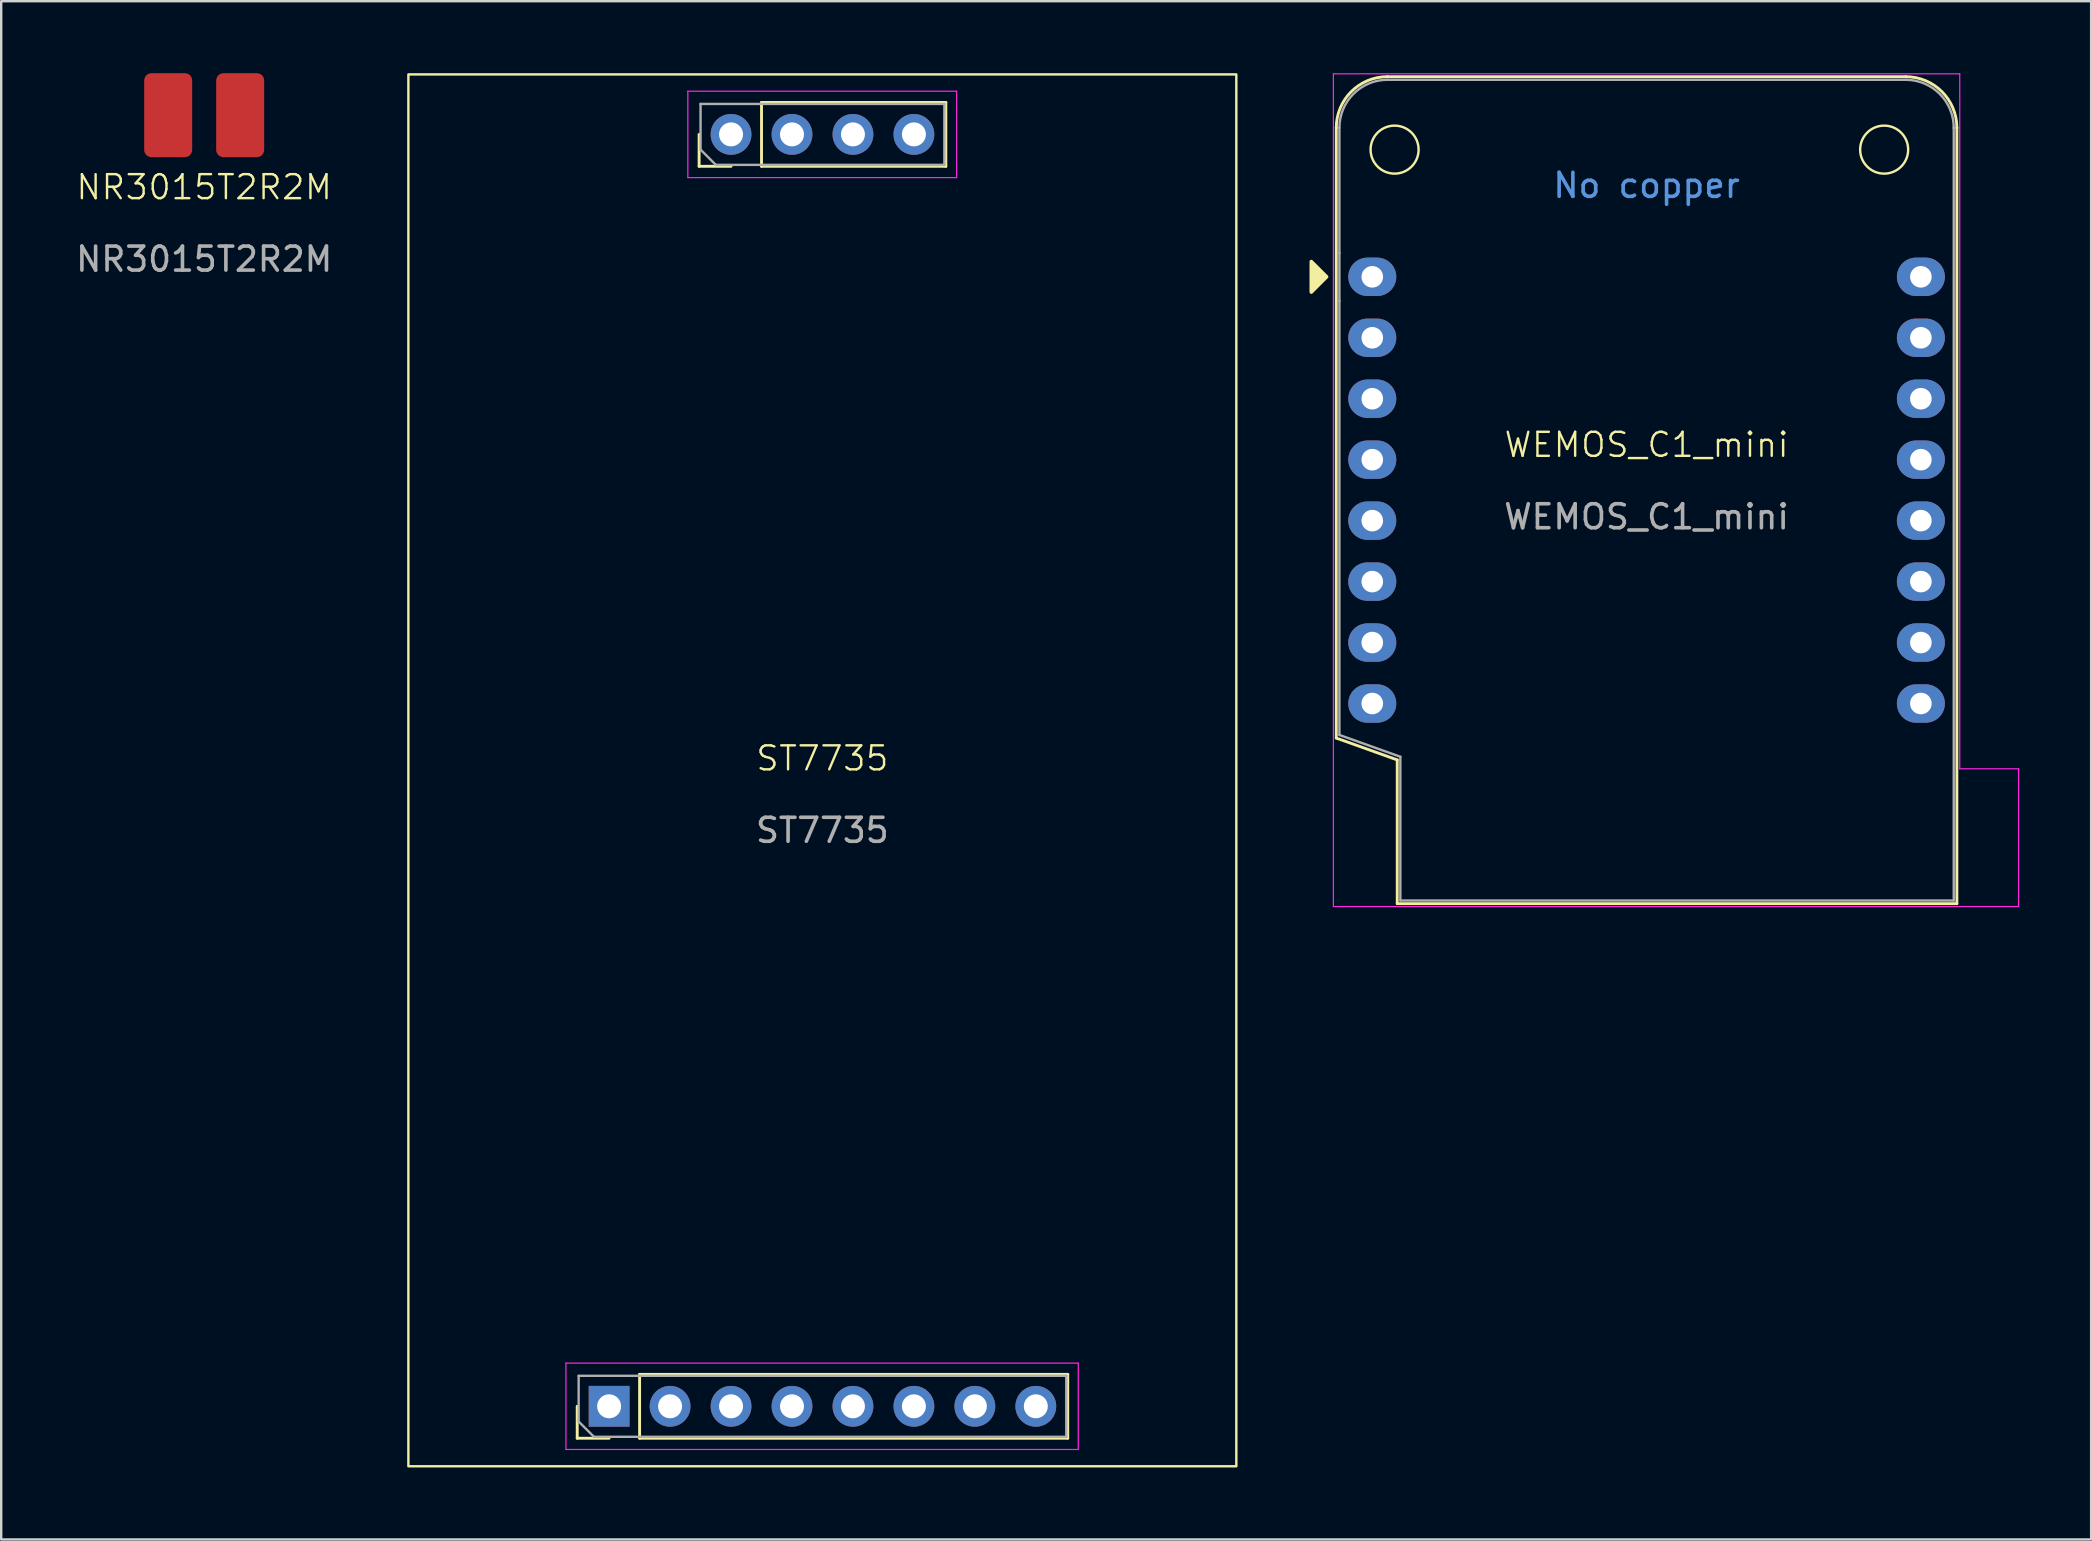
<source format=kicad_pcb>
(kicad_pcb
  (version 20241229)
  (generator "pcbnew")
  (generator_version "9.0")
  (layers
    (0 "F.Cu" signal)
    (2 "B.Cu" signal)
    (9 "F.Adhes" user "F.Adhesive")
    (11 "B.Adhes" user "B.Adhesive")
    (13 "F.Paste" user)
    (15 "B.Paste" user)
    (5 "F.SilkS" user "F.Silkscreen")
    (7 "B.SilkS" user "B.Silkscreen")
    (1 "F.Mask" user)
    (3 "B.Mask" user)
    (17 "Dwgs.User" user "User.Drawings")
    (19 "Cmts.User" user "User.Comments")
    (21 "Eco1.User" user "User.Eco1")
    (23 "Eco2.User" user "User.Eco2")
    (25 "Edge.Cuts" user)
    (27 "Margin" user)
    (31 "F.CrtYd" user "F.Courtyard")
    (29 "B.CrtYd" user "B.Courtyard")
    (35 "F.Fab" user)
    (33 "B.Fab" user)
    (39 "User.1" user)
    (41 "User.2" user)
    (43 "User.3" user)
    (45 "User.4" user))
  (footprint "NR3015T2R2M"
    (layer "F.Cu")
    (at 5.458 1.25)
    (property "Reference" "NR3015T2R2M" (at 0 3.5 0) (unlocked yes) (layer "F.SilkS") (effects (font (size 1 1) (thickness 0.1))))
    (attr smd)
    (fp_text user "${REFERENCE}" (at 0 6.5 0) (unlocked yes) (layer "F.Fab") (effects (font (size 1 1) (thickness 0.15))))
    (pad "1" smd roundrect (at -1.5 0.5) (size 2 3.5) (layers "F.Cu" "F.Mask" "F.Paste") (roundrect_rratio 0.15))
    (pad "2" smd roundrect (at 1.5 0.5) (size 2 3.5) (layers "F.Cu" "F.Mask" "F.Paste") (roundrect_rratio 0.15)))
  (footprint "WEMOS_C1_mini"
    (layer "F.Cu")
    (at 65.562 15.985)
    (property "Reference" "WEMOS_C1_mini" (at 0 -0.5 0) (unlocked yes) (layer "F.SilkS") (effects (font (size 1 1) (thickness 0.1))))
    (attr smd)
    (fp_line (start -12.93 11.72) (end -12.93 -13.71) (stroke (width 0.12) (type solid)) (layer "F.SilkS"))
    (fp_line (start -12.93 11.72) (end -10.39 12.63) (stroke (width 0.12) (type solid)) (layer "F.SilkS"))
    (fp_line (start -10.39 12.63) (end -10.39 18.62) (stroke (width 0.12) (type solid)) (layer "F.SilkS"))
    (fp_line (start -10.39 18.62) (end 12.93 18.62) (stroke (width 0.12) (type solid)) (layer "F.SilkS"))
    (fp_line (start 10.81 -15.84) (end -10.8 -15.84) (stroke (width 0.12) (type solid)) (layer "F.SilkS"))
    (fp_line (start 12.93 18.62) (end 12.93 -13.71) (stroke (width 0.12) (type solid)) (layer "F.SilkS"))
    (fp_arc (start -12.93 -13.71) (mid -12.306137 -15.216137) (end -10.8 -15.84) (stroke (width 0.12) (type solid)) (layer "F.SilkS"))
    (fp_arc (start 10.8 -15.84) (mid 12.306137 -15.216137) (end 12.93 -13.71) (stroke (width 0.12) (type solid)) (layer "F.SilkS"))
    (fp_circle (center -10.5 -12.8) (end -9.5 -12.8) (stroke (width 0.1) (type default)) (fill no) (layer "F.SilkS"))
    (fp_circle (center 9.9 -12.8) (end 10.9 -12.8) (stroke (width 0.1) (type default)) (fill no) (layer "F.SilkS"))
    (fp_poly (pts (xy -13.97 -8.135) (xy -13.97 -6.865) (xy -13.335 -7.5)) (stroke (width 0.15) (type solid)) (fill yes) (layer "F.SilkS"))
    (fp_line (start -13.05 -15.96) (end 13.05 -15.96) (stroke (width 0.05) (type solid)) (layer "F.CrtYd"))
    (fp_line (start -13.05 18.74) (end -13.05 -15.96) (stroke (width 0.05) (type solid)) (layer "F.CrtYd"))
    (fp_line (start 13.05 -15.96) (end 13.05 13) (stroke (width 0.05) (type solid)) (layer "F.CrtYd"))
    (fp_line (start 13.05 13) (end 15.5 13) (stroke (width 0.05) (type default)) (layer "F.CrtYd"))
    (fp_line (start 15.5 18.74) (end -13.05 18.74) (stroke (width 0.05) (type solid)) (layer "F.CrtYd"))
    (fp_line (start 15.5 18.74) (end 15.5 13) (stroke (width 0.05) (type default)) (layer "F.CrtYd"))
    (fp_line (start -12.8 -13.71) (end -12.8 -8.5) (stroke (width 0.1) (type solid)) (layer "F.Fab"))
    (fp_line (start -12.8 -6.5) (end -12.8 -8.5) (stroke (width 0.1) (type solid)) (layer "F.Fab"))
    (fp_line (start -12.8 -6.5) (end -12.8 11.59) (stroke (width 0.1) (type solid)) (layer "F.Fab"))
    (fp_line (start -12.8 11.59) (end -10.26 12.5) (stroke (width 0.1) (type solid)) (layer "F.Fab"))
    (fp_line (start -10.26 12.5) (end -10.26 18.49) (stroke (width 0.1) (type solid)) (layer "F.Fab"))
    (fp_line (start -10.26 18.49) (end 12.8 18.49) (stroke (width 0.1) (type solid)) (layer "F.Fab"))
    (fp_line (start 10.8 -15.71) (end -10.8 -15.71) (stroke (width 0.1) (type solid)) (layer "F.Fab"))
    (fp_line (start 12.8 18.49) (end 12.8 -13.71) (stroke (width 0.1) (type solid)) (layer "F.Fab"))
    (fp_arc (start -12.8 -13.71) (mid -12.214214 -15.124214) (end -10.8 -15.71) (stroke (width 0.1) (type solid)) (layer "F.Fab"))
    (fp_arc (start 10.82 -15.71) (mid 12.228356 -15.110071) (end 12.8 -13.69) (stroke (width 0.1) (type solid)) (layer "F.Fab"))
    (fp_text user "No copper" (at 0 -11.31 0) (layer "Cmts.User") (effects (font (size 1 1) (thickness 0.15))))
    (fp_text user "${REFERENCE}" (at 0 2.5 0) (layer "F.Fab") (effects (font (size 1 1) (thickness 0.15))))
    (pad "0" thru_hole oval (at -11.43 2.66) (size 2 1.6) (drill 0.9) (layers "*.Cu" "*.Mask"))
    (pad "1" thru_hole oval (at -11.43 0.12) (size 2 1.6) (drill 0.9) (layers "*.Cu" "*.Mask"))
    (pad "2" thru_hole oval (at -11.43 -2.42) (size 2 1.6) (drill 0.9) (layers "*.Cu" "*.Mask"))
    (pad "3" thru_hole oval (at -11.43 -4.96) (size 2 1.6) (drill 0.9) (layers "*.Cu" "*.Mask"))
    (pad "4" thru_hole oval (at -11.43 5.2) (size 2 1.6) (drill 0.9) (layers "*.Cu" "*.Mask"))
    (pad "5" thru_hole oval (at -11.43 7.74) (size 2 1.6) (drill 0.9) (layers "*.Cu" "*.Mask"))
    (pad "6" thru_hole oval (at 11.43 5.2) (size 2 1.6) (drill 0.9) (layers "*.Cu" "*.Mask"))
    (pad "7" thru_hole oval (at 11.43 2.66) (size 2 1.6) (drill 0.9) (layers "*.Cu" "*.Mask"))
    (pad "8" thru_hole oval (at 11.43 0.12) (size 2 1.6) (drill 0.9) (layers "*.Cu" "*.Mask"))
    (pad "10" thru_hole oval (at 11.43 -2.42) (size 2 1.6) (drill 0.9) (layers "*.Cu" "*.Mask"))
    (pad "11" thru_hole oval (at -11.43 -7.5) (size 2 1.6) (drill 0.9) (layers "*.Cu" "*.Mask"))
    (pad "12" thru_hole oval (at -11.43 10.28) (size 2 1.6) (drill 0.9) (layers "*.Cu" "*.Mask"))
    (pad "13" thru_hole oval (at 11.43 7.74) (size 2 1.6) (drill 0.9) (layers "*.Cu" "*.Mask"))
    (pad "14" thru_hole oval (at 11.43 10.28) (size 2 1.6) (drill 0.9) (layers "*.Cu" "*.Mask"))
    (pad "20" thru_hole oval (at 11.43 -4.96) (size 2 1.6) (drill 0.9) (layers "*.Cu" "*.Mask"))
    (pad "21" thru_hole oval (at 11.43 -7.5) (size 2 1.6) (drill 0.9) (layers "*.Cu" "*.Mask"))
    (zone (net_name "") (layers "F.Cu" "B.Cu" "Dwgs.User") (name "No Copper") (hatch edge 0.5) (connect_pads) (min_thickness 0.25) (filled_areas_thickness no) (keepout (tracks not_allowed) (vias not_allowed) (pads not_allowed) (copperpour not_allowed) (footprints not_allowed)) (placement (enabled no)) (fill) (polygon (pts (xy 56.562 0.285) (xy 74.062 0.485) (xy 74.062 7.085) (xy 56.562 7.085)))))
  (footprint "ST7735"
    (layer "F.Cu")
    (at 31.217 29.05)
    (property "Reference" "ST7735" (at 0 -0.5 0) (unlocked yes) (layer "F.SilkS") (effects (font (size 1 1) (thickness 0.1))))
    (attr smd)
    (fp_line (start -10.215 27.83) (end -10.215 26.5) (stroke (width 0.12) (type solid)) (layer "F.SilkS"))
    (fp_line (start -8.885 27.83) (end -10.215 27.83) (stroke (width 0.12) (type solid)) (layer "F.SilkS"))
    (fp_line (start -7.615 25.17) (end 10.225 25.17) (stroke (width 0.12) (type solid)) (layer "F.SilkS"))
    (fp_line (start -7.615 27.83) (end -7.615 25.17) (stroke (width 0.12) (type solid)) (layer "F.SilkS"))
    (fp_line (start -7.615 27.83) (end 10.225 27.83) (stroke (width 0.12) (type solid)) (layer "F.SilkS"))
    (fp_line (start -5.135 -25.17) (end -5.135 -26.5) (stroke (width 0.12) (type solid)) (layer "F.SilkS"))
    (fp_line (start -3.805 -25.17) (end -5.135 -25.17) (stroke (width 0.12) (type solid)) (layer "F.SilkS"))
    (fp_line (start -2.535 -27.83) (end 5.145 -27.83) (stroke (width 0.12) (type solid)) (layer "F.SilkS"))
    (fp_line (start -2.535 -25.17) (end -2.535 -27.83) (stroke (width 0.12) (type solid)) (layer "F.SilkS"))
    (fp_line (start -2.535 -25.17) (end 5.145 -25.17) (stroke (width 0.12) (type solid)) (layer "F.SilkS"))
    (fp_line (start 5.145 -25.17) (end 5.145 -27.83) (stroke (width 0.12) (type solid)) (layer "F.SilkS"))
    (fp_line (start 10.225 27.83) (end 10.225 25.17) (stroke (width 0.12) (type solid)) (layer "F.SilkS"))
    (fp_rect (start -17.25 -29) (end 17.25 29) (stroke (width 0.1) (type default)) (fill no) (layer "F.SilkS"))
    (fp_line (start -10.685 24.7) (end -10.685 28.3) (stroke (width 0.05) (type solid)) (layer "F.CrtYd"))
    (fp_line (start -10.685 28.3) (end 10.665 28.3) (stroke (width 0.05) (type solid)) (layer "F.CrtYd"))
    (fp_line (start -5.605 -28.3) (end -5.605 -24.7) (stroke (width 0.05) (type solid)) (layer "F.CrtYd"))
    (fp_line (start -5.605 -24.7) (end 5.595 -24.7) (stroke (width 0.05) (type solid)) (layer "F.CrtYd"))
    (fp_line (start 5.595 -28.3) (end -5.605 -28.3) (stroke (width 0.05) (type solid)) (layer "F.CrtYd"))
    (fp_line (start 5.595 -24.7) (end 5.595 -28.3) (stroke (width 0.05) (type solid)) (layer "F.CrtYd"))
    (fp_line (start 10.665 24.7) (end -10.685 24.7) (stroke (width 0.05) (type solid)) (layer "F.CrtYd"))
    (fp_line (start 10.665 28.3) (end 10.665 24.7) (stroke (width 0.05) (type solid)) (layer "F.CrtYd"))
    (fp_line (start -10.155 25.23) (end 10.165 25.23) (stroke (width 0.1) (type solid)) (layer "F.Fab"))
    (fp_line (start -10.155 27.135) (end -10.155 25.23) (stroke (width 0.1) (type solid)) (layer "F.Fab"))
    (fp_line (start -9.52 27.77) (end -10.155 27.135) (stroke (width 0.1) (type solid)) (layer "F.Fab"))
    (fp_line (start -5.075 -27.77) (end 5.085 -27.77) (stroke (width 0.1) (type solid)) (layer "F.Fab"))
    (fp_line (start -5.075 -25.865) (end -5.075 -27.77) (stroke (width 0.1) (type solid)) (layer "F.Fab"))
    (fp_line (start -4.44 -25.23) (end -5.075 -25.865) (stroke (width 0.1) (type solid)) (layer "F.Fab"))
    (fp_line (start 5.085 -27.77) (end 5.085 -25.23) (stroke (width 0.1) (type solid)) (layer "F.Fab"))
    (fp_line (start 5.085 -25.23) (end -4.44 -25.23) (stroke (width 0.1) (type solid)) (layer "F.Fab"))
    (fp_line (start 10.165 25.23) (end 10.165 27.77) (stroke (width 0.1) (type solid)) (layer "F.Fab"))
    (fp_line (start 10.165 27.77) (end -9.52 27.77) (stroke (width 0.1) (type solid)) (layer "F.Fab"))
    (fp_text user "${REFERENCE}" (at 0 2.5 0) (unlocked yes) (layer "F.Fab") (effects (font (size 1 1) (thickness 0.15))))
    (pad "0" thru_hole rect (at -8.885 26.5 90) (size 1.7 1.7) (drill 1) (layers "*.Cu" "*.Mask"))
    (pad "1" thru_hole oval (at -6.345 26.5 90) (size 1.7 1.7) (drill 1) (layers "*.Cu" "*.Mask"))
    (pad "2" thru_hole oval (at -3.805 26.5 90) (size 1.7 1.7) (drill 1) (layers "*.Cu" "*.Mask"))
    (pad "3" thru_hole oval (at -1.265 26.5 90) (size 1.7 1.7) (drill 1) (layers "*.Cu" "*.Mask"))
    (pad "4" thru_hole oval (at 1.275 26.5 90) (size 1.7 1.7) (drill 1) (layers "*.Cu" "*.Mask"))
    (pad "5" thru_hole oval (at 3.815 26.5 90) (size 1.7 1.7) (drill 1) (layers "*.Cu" "*.Mask"))
    (pad "6" thru_hole oval (at 6.355 26.5 90) (size 1.7 1.7) (drill 1) (layers "*.Cu" "*.Mask"))
    (pad "7" thru_hole oval (at 8.895 26.5 90) (size 1.7 1.7) (drill 1) (layers "*.Cu" "*.Mask"))
    (pad "8" thru_hole oval (at -3.805 -26.5 90) (size 1.7 1.7) (drill 1) (layers "*.Cu" "*.Mask"))
    (pad "9" thru_hole oval (at -1.265 -26.5 90) (size 1.7 1.7) (drill 1) (layers "*.Cu" "*.Mask"))
    (pad "10" thru_hole oval (at 1.275 -26.5 90) (size 1.7 1.7) (drill 1) (layers "*.Cu" "*.Mask"))
    (pad "11" thru_hole oval (at 3.815 -26.5 90) (size 1.7 1.7) (drill 1) (layers "*.Cu" "*.Mask")))
  (gr_rect
    (start -3 -3)
    (end 84.087 61.1)
    (stroke (width 0.1) (type default))
    (fill no)
    (layer "Edge.Cuts")))
</source>
